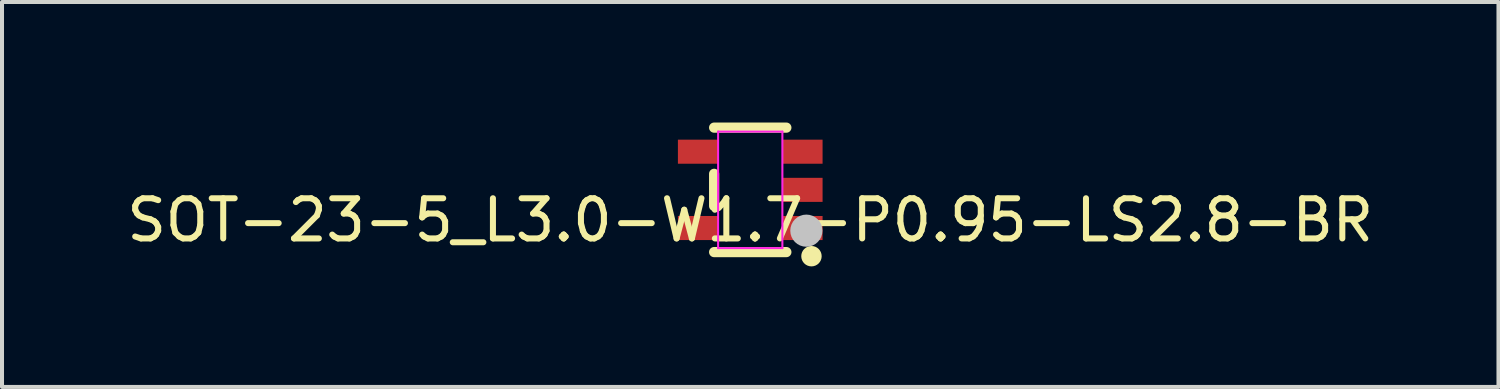
<source format=kicad_pcb>
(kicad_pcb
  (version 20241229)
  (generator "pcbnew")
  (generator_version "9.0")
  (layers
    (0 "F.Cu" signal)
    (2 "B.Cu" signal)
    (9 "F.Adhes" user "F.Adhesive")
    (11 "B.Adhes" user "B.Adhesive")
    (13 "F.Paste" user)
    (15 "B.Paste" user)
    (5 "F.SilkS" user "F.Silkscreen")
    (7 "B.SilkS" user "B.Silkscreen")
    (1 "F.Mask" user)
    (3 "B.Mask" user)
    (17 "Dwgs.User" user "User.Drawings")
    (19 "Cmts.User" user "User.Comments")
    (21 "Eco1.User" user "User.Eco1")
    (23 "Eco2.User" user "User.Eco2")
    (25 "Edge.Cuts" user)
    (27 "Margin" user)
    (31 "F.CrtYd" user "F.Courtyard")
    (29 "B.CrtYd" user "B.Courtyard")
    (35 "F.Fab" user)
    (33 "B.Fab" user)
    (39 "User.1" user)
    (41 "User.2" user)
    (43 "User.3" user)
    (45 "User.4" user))
  (footprint "SOT-23-5_L3.0-W1.7-P0.95-LS2.8-BR"
    (layer "F.Cu")
    (at 15.625 1.676)
    (property "Reference" "SOT-23-5_L3.0-W1.7-P0.95-LS2.8-BR" (at 0 0.754 0) (layer "F.SilkS") (effects (font (size 1 1) (thickness 0.15))))
    (attr through_hole)
    (fp_line (start -0.899 -1.549) (end 0.899 -1.549) (stroke (width 0.254) (type solid)) (layer "F.SilkS"))
    (fp_line (start -0.899 0.401) (end -0.899 -0.399) (stroke (width 0.254) (type solid)) (layer "F.SilkS"))
    (fp_line (start -0.899 1.549) (end 0.899 1.549) (stroke (width 0.254) (type solid)) (layer "F.SilkS"))
    (fp_circle (center 1.524 1.651) (end 1.651 1.651) (stroke (width 0.254) (type solid)) (fill no) (layer "F.SilkS"))
    (fp_circle (center 1.397 1.016) (end 1.598 1.016) (stroke (width 0.399) (type solid)) (fill no) (layer "Dwgs.User"))
    (fp_poly (pts (xy -1.399 -0.749) (xy -1.399 -1.151) (xy -0.95 -1.151) (xy -0.95 -0.749)) (stroke (width 0.005) (type solid)) (fill no) (layer "Eco2.User"))
    (fp_poly (pts (xy -1.399 1.151) (xy -1.399 0.749) (xy -0.95 0.749) (xy -0.95 1.151)) (stroke (width 0.005) (type solid)) (fill no) (layer "Eco2.User"))
    (fp_poly (pts (xy -0.96 -0.749) (xy -0.96 -1.151) (xy -0.79 -1.151) (xy -0.79 -0.749)) (stroke (width 0.005) (type solid)) (fill no) (layer "Eco2.User"))
    (fp_poly (pts (xy -0.96 1.151) (xy -0.96 0.749) (xy -0.79 0.749) (xy -0.79 1.151)) (stroke (width 0.005) (type solid)) (fill no) (layer "Eco2.User"))
    (fp_poly (pts (xy 0.79 -0.749) (xy 0.79 -1.151) (xy 0.96 -1.151) (xy 0.96 -0.749)) (stroke (width 0.005) (type solid)) (fill no) (layer "Eco2.User"))
    (fp_poly (pts (xy 0.79 0.201) (xy 0.79 -0.201) (xy 0.96 -0.201) (xy 0.96 0.201)) (stroke (width 0.005) (type solid)) (fill no) (layer "Eco2.User"))
    (fp_poly (pts (xy 0.79 1.151) (xy 0.79 0.749) (xy 0.96 0.749) (xy 0.96 1.151)) (stroke (width 0.005) (type solid)) (fill no) (layer "Eco2.User"))
    (fp_poly (pts (xy 0.95 -0.749) (xy 0.95 -1.151) (xy 1.399 -1.151) (xy 1.399 -0.749)) (stroke (width 0.005) (type solid)) (fill no) (layer "Eco2.User"))
    (fp_poly (pts (xy 0.95 0.201) (xy 0.95 -0.201) (xy 1.399 -0.201) (xy 1.399 0.201)) (stroke (width 0.005) (type solid)) (fill no) (layer "Eco2.User"))
    (fp_poly (pts (xy 0.95 1.151) (xy 0.95 0.749) (xy 1.399 0.749) (xy 1.399 1.151)) (stroke (width 0.005) (type solid)) (fill no) (layer "Eco2.User"))
    (fp_poly (pts (xy 1.46 1.45) (xy 1.459 1.438) (xy 1.456 1.427) (xy 1.45 1.417) (xy 1.443 1.407) (xy 1.433 1.4) (xy 1.423 1.394) (xy 1.411 1.391) (xy 1.399 1.389) (xy 1.388 1.391) (xy 1.376 1.394) (xy 1.366 1.4) (xy 1.356 1.407) (xy 1.349 1.417) (xy 1.343 1.427) (xy 1.34 1.438) (xy 1.339 1.45) (xy 1.34 1.462) (xy 1.343 1.474) (xy 1.349 1.484) (xy 1.356 1.493) (xy 1.366 1.501) (xy 1.376 1.507) (xy 1.388 1.51) (xy 1.399 1.511) (xy 1.411 1.51) (xy 1.423 1.507) (xy 1.433 1.501) (xy 1.443 1.493) (xy 1.45 1.484) (xy 1.456 1.474) (xy 1.459 1.462)) (stroke (width 0.005) (type solid)) (fill no) (layer "Eco2.User"))
    (fp_line (start -0.8 -1.45) (end 0.8 -1.45) (stroke (width 0.051) (type solid)) (layer "F.CrtYd"))
    (fp_line (start -0.8 1.45) (end -0.8 -1.45) (stroke (width 0.051) (type solid)) (layer "F.CrtYd"))
    (fp_line (start 0.8 -1.45) (end 0.8 1.45) (stroke (width 0.051) (type solid)) (layer "F.CrtYd"))
    (fp_line (start 0.8 1.45) (end -0.8 1.45) (stroke (width 0.051) (type solid)) (layer "F.CrtYd"))
    (pad "1" smd rect (at 1.3 0.95) (size 1.001 0.599) (layers "F.Cu" "F.Mask" "F.Paste"))
    (pad "2" smd rect (at 1.3 0) (size 1.001 0.599) (layers "F.Cu" "F.Mask" "F.Paste"))
    (pad "3" smd rect (at 1.3 -0.95) (size 1.001 0.599) (layers "F.Cu" "F.Mask" "F.Paste"))
    (pad "4" smd rect (at -1.3 -0.95) (size 1.001 0.599) (layers "F.Cu" "F.Mask" "F.Paste"))
    (pad "5" smd rect (at -1.3 0.95) (size 1.001 0.599) (layers "F.Cu" "F.Mask" "F.Paste")))
  (gr_rect
    (start -3 -3)
    (end 34.25 6.581)
    (stroke (width 0.1) (type default))
    (fill no)
    (layer "Edge.Cuts")))
</source>
